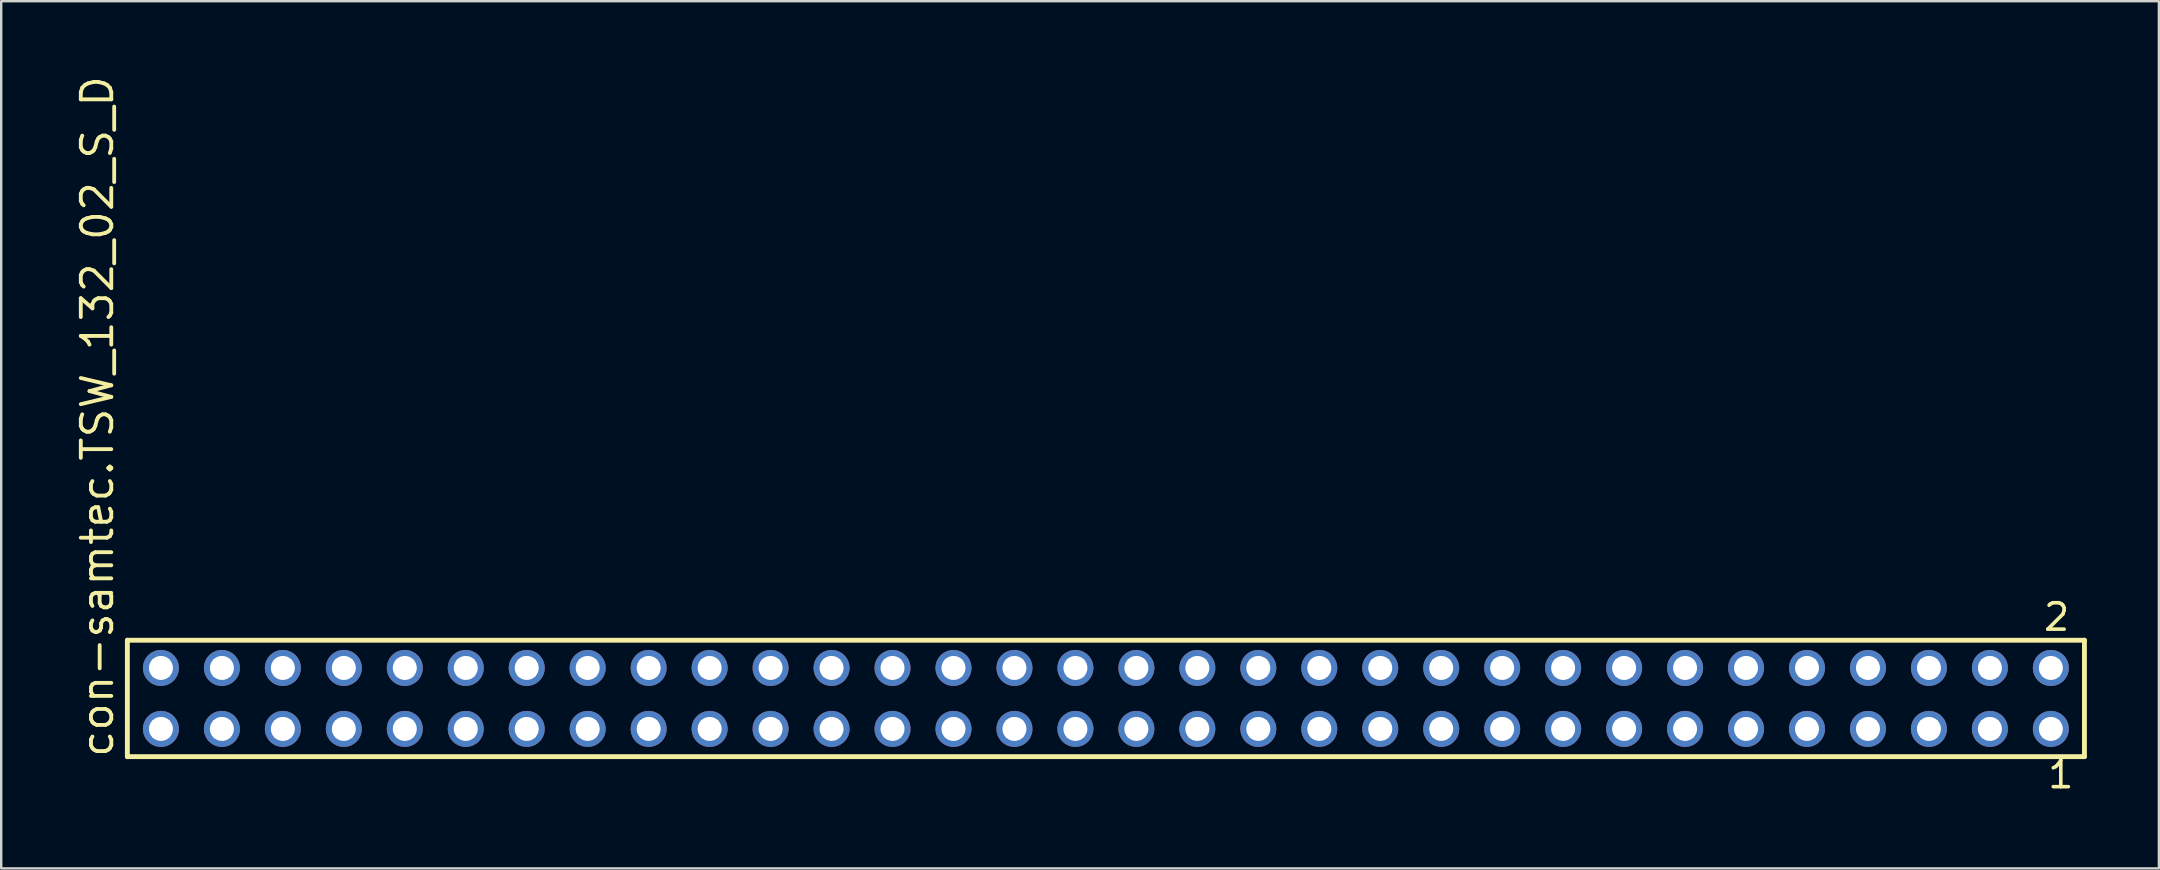
<source format=kicad_pcb>
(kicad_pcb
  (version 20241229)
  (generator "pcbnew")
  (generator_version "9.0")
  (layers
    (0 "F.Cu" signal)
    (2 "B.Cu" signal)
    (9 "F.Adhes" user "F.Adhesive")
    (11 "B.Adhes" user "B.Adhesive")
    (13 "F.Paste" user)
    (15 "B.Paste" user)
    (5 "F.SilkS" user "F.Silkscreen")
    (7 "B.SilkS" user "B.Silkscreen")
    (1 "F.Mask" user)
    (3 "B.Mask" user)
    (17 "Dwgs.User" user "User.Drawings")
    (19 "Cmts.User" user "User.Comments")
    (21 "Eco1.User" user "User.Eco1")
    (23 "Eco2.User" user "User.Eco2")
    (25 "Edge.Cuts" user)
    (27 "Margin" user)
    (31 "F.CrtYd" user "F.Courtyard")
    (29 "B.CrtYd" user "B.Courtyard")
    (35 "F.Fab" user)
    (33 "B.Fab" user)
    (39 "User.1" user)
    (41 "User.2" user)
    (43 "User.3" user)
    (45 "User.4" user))
  (footprint "con-samtec.TSW_132_02_S_D"
    (layer "F.Cu")
    (at 43.025 26.049)
    (property "Reference" "con-samtec.TSW_132_02_S_D" (at -41.275 2.54 90) (layer "F.SilkS") (effects (font (size 1.27 1.27) (thickness 0.16)) (justify left bottom)))
    (attr through_hole)
    (fp_line (start -40.769 -2.425) (end 40.769 -2.425) (stroke (width 0.203) (type default)) (layer "F.SilkS"))
    (fp_line (start -40.769 2.425) (end -40.769 -2.425) (stroke (width 0.203) (type default)) (layer "F.SilkS"))
    (fp_line (start 40.769 -2.425) (end 40.769 2.425) (stroke (width 0.203) (type default)) (layer "F.SilkS"))
    (fp_line (start 40.769 2.425) (end -40.769 2.425) (stroke (width 0.203) (type default)) (layer "F.SilkS"))
    (fp_rect (start -39.72 -0.92) (end -39.02 -1.62) (stroke (width 0.05) (type default)) (fill no) (layer "F.Fab"))
    (fp_rect (start -39.72 1.62) (end -39.02 0.92) (stroke (width 0.05) (type default)) (fill no) (layer "F.Fab"))
    (fp_rect (start -37.18 -0.92) (end -36.48 -1.62) (stroke (width 0.05) (type default)) (fill no) (layer "F.Fab"))
    (fp_rect (start -37.18 1.62) (end -36.48 0.92) (stroke (width 0.05) (type default)) (fill no) (layer "F.Fab"))
    (fp_rect (start -34.64 -0.92) (end -33.94 -1.62) (stroke (width 0.05) (type default)) (fill no) (layer "F.Fab"))
    (fp_rect (start -34.64 1.62) (end -33.94 0.92) (stroke (width 0.05) (type default)) (fill no) (layer "F.Fab"))
    (fp_rect (start -32.1 -0.92) (end -31.4 -1.62) (stroke (width 0.05) (type default)) (fill no) (layer "F.Fab"))
    (fp_rect (start -32.1 1.62) (end -31.4 0.92) (stroke (width 0.05) (type default)) (fill no) (layer "F.Fab"))
    (fp_rect (start -29.56 -0.92) (end -28.86 -1.62) (stroke (width 0.05) (type default)) (fill no) (layer "F.Fab"))
    (fp_rect (start -29.56 1.62) (end -28.86 0.92) (stroke (width 0.05) (type default)) (fill no) (layer "F.Fab"))
    (fp_rect (start -27.02 -0.92) (end -26.32 -1.62) (stroke (width 0.05) (type default)) (fill no) (layer "F.Fab"))
    (fp_rect (start -27.02 1.62) (end -26.32 0.92) (stroke (width 0.05) (type default)) (fill no) (layer "F.Fab"))
    (fp_rect (start -24.48 -0.92) (end -23.78 -1.62) (stroke (width 0.05) (type default)) (fill no) (layer "F.Fab"))
    (fp_rect (start -24.48 1.62) (end -23.78 0.92) (stroke (width 0.05) (type default)) (fill no) (layer "F.Fab"))
    (fp_rect (start -21.94 -0.92) (end -21.24 -1.62) (stroke (width 0.05) (type default)) (fill no) (layer "F.Fab"))
    (fp_rect (start -21.94 1.62) (end -21.24 0.92) (stroke (width 0.05) (type default)) (fill no) (layer "F.Fab"))
    (fp_rect (start -19.4 -0.92) (end -18.7 -1.62) (stroke (width 0.05) (type default)) (fill no) (layer "F.Fab"))
    (fp_rect (start -19.4 1.62) (end -18.7 0.92) (stroke (width 0.05) (type default)) (fill no) (layer "F.Fab"))
    (fp_rect (start -16.86 -0.92) (end -16.16 -1.62) (stroke (width 0.05) (type default)) (fill no) (layer "F.Fab"))
    (fp_rect (start -16.86 1.62) (end -16.16 0.92) (stroke (width 0.05) (type default)) (fill no) (layer "F.Fab"))
    (fp_rect (start -14.32 -0.92) (end -13.62 -1.62) (stroke (width 0.05) (type default)) (fill no) (layer "F.Fab"))
    (fp_rect (start -14.32 1.62) (end -13.62 0.92) (stroke (width 0.05) (type default)) (fill no) (layer "F.Fab"))
    (fp_rect (start -11.78 -0.92) (end -11.08 -1.62) (stroke (width 0.05) (type default)) (fill no) (layer "F.Fab"))
    (fp_rect (start -11.78 1.62) (end -11.08 0.92) (stroke (width 0.05) (type default)) (fill no) (layer "F.Fab"))
    (fp_rect (start -9.24 -0.92) (end -8.54 -1.62) (stroke (width 0.05) (type default)) (fill no) (layer "F.Fab"))
    (fp_rect (start -9.24 1.62) (end -8.54 0.92) (stroke (width 0.05) (type default)) (fill no) (layer "F.Fab"))
    (fp_rect (start -6.7 -0.92) (end -6 -1.62) (stroke (width 0.05) (type default)) (fill no) (layer "F.Fab"))
    (fp_rect (start -6.7 1.62) (end -6 0.92) (stroke (width 0.05) (type default)) (fill no) (layer "F.Fab"))
    (fp_rect (start -4.16 -0.92) (end -3.46 -1.62) (stroke (width 0.05) (type default)) (fill no) (layer "F.Fab"))
    (fp_rect (start -4.16 1.62) (end -3.46 0.92) (stroke (width 0.05) (type default)) (fill no) (layer "F.Fab"))
    (fp_rect (start -1.62 -0.92) (end -0.92 -1.62) (stroke (width 0.05) (type default)) (fill no) (layer "F.Fab"))
    (fp_rect (start -1.62 1.62) (end -0.92 0.92) (stroke (width 0.05) (type default)) (fill no) (layer "F.Fab"))
    (fp_rect (start 0.92 -0.92) (end 1.62 -1.62) (stroke (width 0.05) (type default)) (fill no) (layer "F.Fab"))
    (fp_rect (start 0.92 1.62) (end 1.62 0.92) (stroke (width 0.05) (type default)) (fill no) (layer "F.Fab"))
    (fp_rect (start 3.46 -0.92) (end 4.16 -1.62) (stroke (width 0.05) (type default)) (fill no) (layer "F.Fab"))
    (fp_rect (start 3.46 1.62) (end 4.16 0.92) (stroke (width 0.05) (type default)) (fill no) (layer "F.Fab"))
    (fp_rect (start 6 -0.92) (end 6.7 -1.62) (stroke (width 0.05) (type default)) (fill no) (layer "F.Fab"))
    (fp_rect (start 6 1.62) (end 6.7 0.92) (stroke (width 0.05) (type default)) (fill no) (layer "F.Fab"))
    (fp_rect (start 8.54 -0.92) (end 9.24 -1.62) (stroke (width 0.05) (type default)) (fill no) (layer "F.Fab"))
    (fp_rect (start 8.54 1.62) (end 9.24 0.92) (stroke (width 0.05) (type default)) (fill no) (layer "F.Fab"))
    (fp_rect (start 11.08 -0.92) (end 11.78 -1.62) (stroke (width 0.05) (type default)) (fill no) (layer "F.Fab"))
    (fp_rect (start 11.08 1.62) (end 11.78 0.92) (stroke (width 0.05) (type default)) (fill no) (layer "F.Fab"))
    (fp_rect (start 13.62 -0.92) (end 14.32 -1.62) (stroke (width 0.05) (type default)) (fill no) (layer "F.Fab"))
    (fp_rect (start 13.62 1.62) (end 14.32 0.92) (stroke (width 0.05) (type default)) (fill no) (layer "F.Fab"))
    (fp_rect (start 16.16 -0.92) (end 16.86 -1.62) (stroke (width 0.05) (type default)) (fill no) (layer "F.Fab"))
    (fp_rect (start 16.16 1.62) (end 16.86 0.92) (stroke (width 0.05) (type default)) (fill no) (layer "F.Fab"))
    (fp_rect (start 18.7 -0.92) (end 19.4 -1.62) (stroke (width 0.05) (type default)) (fill no) (layer "F.Fab"))
    (fp_rect (start 18.7 1.62) (end 19.4 0.92) (stroke (width 0.05) (type default)) (fill no) (layer "F.Fab"))
    (fp_rect (start 21.24 -0.92) (end 21.94 -1.62) (stroke (width 0.05) (type default)) (fill no) (layer "F.Fab"))
    (fp_rect (start 21.24 1.62) (end 21.94 0.92) (stroke (width 0.05) (type default)) (fill no) (layer "F.Fab"))
    (fp_rect (start 23.78 -0.92) (end 24.48 -1.62) (stroke (width 0.05) (type default)) (fill no) (layer "F.Fab"))
    (fp_rect (start 23.78 1.62) (end 24.48 0.92) (stroke (width 0.05) (type default)) (fill no) (layer "F.Fab"))
    (fp_rect (start 26.32 -0.92) (end 27.02 -1.62) (stroke (width 0.05) (type default)) (fill no) (layer "F.Fab"))
    (fp_rect (start 26.32 1.62) (end 27.02 0.92) (stroke (width 0.05) (type default)) (fill no) (layer "F.Fab"))
    (fp_rect (start 28.86 -0.92) (end 29.56 -1.62) (stroke (width 0.05) (type default)) (fill no) (layer "F.Fab"))
    (fp_rect (start 28.86 1.62) (end 29.56 0.92) (stroke (width 0.05) (type default)) (fill no) (layer "F.Fab"))
    (fp_rect (start 31.4 -0.92) (end 32.1 -1.62) (stroke (width 0.05) (type default)) (fill no) (layer "F.Fab"))
    (fp_rect (start 31.4 1.62) (end 32.1 0.92) (stroke (width 0.05) (type default)) (fill no) (layer "F.Fab"))
    (fp_rect (start 33.94 -0.92) (end 34.64 -1.62) (stroke (width 0.05) (type default)) (fill no) (layer "F.Fab"))
    (fp_rect (start 33.94 1.62) (end 34.64 0.92) (stroke (width 0.05) (type default)) (fill no) (layer "F.Fab"))
    (fp_rect (start 36.48 -0.92) (end 37.18 -1.62) (stroke (width 0.05) (type default)) (fill no) (layer "F.Fab"))
    (fp_rect (start 36.48 1.62) (end 37.18 0.92) (stroke (width 0.05) (type default)) (fill no) (layer "F.Fab"))
    (fp_rect (start 39.02 -0.92) (end 39.72 -1.62) (stroke (width 0.05) (type default)) (fill no) (layer "F.Fab"))
    (fp_rect (start 39.02 1.62) (end 39.72 0.92) (stroke (width 0.05) (type default)) (fill no) (layer "F.Fab"))
    (fp_text user "2" (at 38.987 -2.744 0) (layer "F.SilkS") (effects (font (size 1.1 1.1) (thickness 0.15)) (justify left bottom)))
    (fp_text user "1" (at 39.162 3.818 0) (layer "F.SilkS") (effects (font (size 1.1 1.1) (thickness 0.15)) (justify left bottom)))
    (pad "1" thru_hole circle (at 39.37 1.27 180) (size 1.5 1.5) (drill 1) (layers "*.Cu" "*.Mask"))
    (pad "2" thru_hole circle (at 39.37 -1.27 180) (size 1.5 1.5) (drill 1) (layers "*.Cu" "*.Mask"))
    (pad "3" thru_hole circle (at 36.83 1.27 180) (size 1.5 1.5) (drill 1) (layers "*.Cu" "*.Mask"))
    (pad "4" thru_hole circle (at 36.83 -1.27 180) (size 1.5 1.5) (drill 1) (layers "*.Cu" "*.Mask"))
    (pad "5" thru_hole circle (at 34.29 1.27 180) (size 1.5 1.5) (drill 1) (layers "*.Cu" "*.Mask"))
    (pad "6" thru_hole circle (at 34.29 -1.27 180) (size 1.5 1.5) (drill 1) (layers "*.Cu" "*.Mask"))
    (pad "7" thru_hole circle (at 31.75 1.27 180) (size 1.5 1.5) (drill 1) (layers "*.Cu" "*.Mask"))
    (pad "8" thru_hole circle (at 31.75 -1.27 180) (size 1.5 1.5) (drill 1) (layers "*.Cu" "*.Mask"))
    (pad "9" thru_hole circle (at 29.21 1.27 180) (size 1.5 1.5) (drill 1) (layers "*.Cu" "*.Mask"))
    (pad "10" thru_hole circle (at 29.21 -1.27 180) (size 1.5 1.5) (drill 1) (layers "*.Cu" "*.Mask"))
    (pad "11" thru_hole circle (at 26.67 1.27 180) (size 1.5 1.5) (drill 1) (layers "*.Cu" "*.Mask"))
    (pad "12" thru_hole circle (at 26.67 -1.27 180) (size 1.5 1.5) (drill 1) (layers "*.Cu" "*.Mask"))
    (pad "13" thru_hole circle (at 24.13 1.27 180) (size 1.5 1.5) (drill 1) (layers "*.Cu" "*.Mask"))
    (pad "14" thru_hole circle (at 24.13 -1.27 180) (size 1.5 1.5) (drill 1) (layers "*.Cu" "*.Mask"))
    (pad "15" thru_hole circle (at 21.59 1.27 180) (size 1.5 1.5) (drill 1) (layers "*.Cu" "*.Mask"))
    (pad "16" thru_hole circle (at 21.59 -1.27 180) (size 1.5 1.5) (drill 1) (layers "*.Cu" "*.Mask"))
    (pad "17" thru_hole circle (at 19.05 1.27 180) (size 1.5 1.5) (drill 1) (layers "*.Cu" "*.Mask"))
    (pad "18" thru_hole circle (at 19.05 -1.27 180) (size 1.5 1.5) (drill 1) (layers "*.Cu" "*.Mask"))
    (pad "19" thru_hole circle (at 16.51 1.27 180) (size 1.5 1.5) (drill 1) (layers "*.Cu" "*.Mask"))
    (pad "20" thru_hole circle (at 16.51 -1.27 180) (size 1.5 1.5) (drill 1) (layers "*.Cu" "*.Mask"))
    (pad "21" thru_hole circle (at 13.97 1.27 180) (size 1.5 1.5) (drill 1) (layers "*.Cu" "*.Mask"))
    (pad "22" thru_hole circle (at 13.97 -1.27 180) (size 1.5 1.5) (drill 1) (layers "*.Cu" "*.Mask"))
    (pad "23" thru_hole circle (at 11.43 1.27 180) (size 1.5 1.5) (drill 1) (layers "*.Cu" "*.Mask"))
    (pad "24" thru_hole circle (at 11.43 -1.27 180) (size 1.5 1.5) (drill 1) (layers "*.Cu" "*.Mask"))
    (pad "25" thru_hole circle (at 8.89 1.27 180) (size 1.5 1.5) (drill 1) (layers "*.Cu" "*.Mask"))
    (pad "26" thru_hole circle (at 8.89 -1.27 180) (size 1.5 1.5) (drill 1) (layers "*.Cu" "*.Mask"))
    (pad "27" thru_hole circle (at 6.35 1.27 180) (size 1.5 1.5) (drill 1) (layers "*.Cu" "*.Mask"))
    (pad "28" thru_hole circle (at 6.35 -1.27 180) (size 1.5 1.5) (drill 1) (layers "*.Cu" "*.Mask"))
    (pad "29" thru_hole circle (at 3.81 1.27 180) (size 1.5 1.5) (drill 1) (layers "*.Cu" "*.Mask"))
    (pad "30" thru_hole circle (at 3.81 -1.27 180) (size 1.5 1.5) (drill 1) (layers "*.Cu" "*.Mask"))
    (pad "31" thru_hole circle (at 1.27 1.27 180) (size 1.5 1.5) (drill 1) (layers "*.Cu" "*.Mask"))
    (pad "32" thru_hole circle (at 1.27 -1.27 180) (size 1.5 1.5) (drill 1) (layers "*.Cu" "*.Mask"))
    (pad "33" thru_hole circle (at -1.27 1.27 180) (size 1.5 1.5) (drill 1) (layers "*.Cu" "*.Mask"))
    (pad "34" thru_hole circle (at -1.27 -1.27 180) (size 1.5 1.5) (drill 1) (layers "*.Cu" "*.Mask"))
    (pad "35" thru_hole circle (at -3.81 1.27 180) (size 1.5 1.5) (drill 1) (layers "*.Cu" "*.Mask"))
    (pad "36" thru_hole circle (at -3.81 -1.27 180) (size 1.5 1.5) (drill 1) (layers "*.Cu" "*.Mask"))
    (pad "37" thru_hole circle (at -6.35 1.27 180) (size 1.5 1.5) (drill 1) (layers "*.Cu" "*.Mask"))
    (pad "38" thru_hole circle (at -6.35 -1.27 180) (size 1.5 1.5) (drill 1) (layers "*.Cu" "*.Mask"))
    (pad "39" thru_hole circle (at -8.89 1.27 180) (size 1.5 1.5) (drill 1) (layers "*.Cu" "*.Mask"))
    (pad "40" thru_hole circle (at -8.89 -1.27 180) (size 1.5 1.5) (drill 1) (layers "*.Cu" "*.Mask"))
    (pad "41" thru_hole circle (at -11.43 1.27 180) (size 1.5 1.5) (drill 1) (layers "*.Cu" "*.Mask"))
    (pad "42" thru_hole circle (at -11.43 -1.27 180) (size 1.5 1.5) (drill 1) (layers "*.Cu" "*.Mask"))
    (pad "43" thru_hole circle (at -13.97 1.27 180) (size 1.5 1.5) (drill 1) (layers "*.Cu" "*.Mask"))
    (pad "44" thru_hole circle (at -13.97 -1.27 180) (size 1.5 1.5) (drill 1) (layers "*.Cu" "*.Mask"))
    (pad "45" thru_hole circle (at -16.51 1.27 180) (size 1.5 1.5) (drill 1) (layers "*.Cu" "*.Mask"))
    (pad "46" thru_hole circle (at -16.51 -1.27 180) (size 1.5 1.5) (drill 1) (layers "*.Cu" "*.Mask"))
    (pad "47" thru_hole circle (at -19.05 1.27 180) (size 1.5 1.5) (drill 1) (layers "*.Cu" "*.Mask"))
    (pad "48" thru_hole circle (at -19.05 -1.27 180) (size 1.5 1.5) (drill 1) (layers "*.Cu" "*.Mask"))
    (pad "49" thru_hole circle (at -21.59 1.27 180) (size 1.5 1.5) (drill 1) (layers "*.Cu" "*.Mask"))
    (pad "50" thru_hole circle (at -21.59 -1.27 180) (size 1.5 1.5) (drill 1) (layers "*.Cu" "*.Mask"))
    (pad "51" thru_hole circle (at -24.13 1.27 180) (size 1.5 1.5) (drill 1) (layers "*.Cu" "*.Mask"))
    (pad "52" thru_hole circle (at -24.13 -1.27 180) (size 1.5 1.5) (drill 1) (layers "*.Cu" "*.Mask"))
    (pad "53" thru_hole circle (at -26.67 1.27 180) (size 1.5 1.5) (drill 1) (layers "*.Cu" "*.Mask"))
    (pad "54" thru_hole circle (at -26.67 -1.27 180) (size 1.5 1.5) (drill 1) (layers "*.Cu" "*.Mask"))
    (pad "55" thru_hole circle (at -29.21 1.27 180) (size 1.5 1.5) (drill 1) (layers "*.Cu" "*.Mask"))
    (pad "56" thru_hole circle (at -29.21 -1.27 180) (size 1.5 1.5) (drill 1) (layers "*.Cu" "*.Mask"))
    (pad "57" thru_hole circle (at -31.75 1.27 180) (size 1.5 1.5) (drill 1) (layers "*.Cu" "*.Mask"))
    (pad "58" thru_hole circle (at -31.75 -1.27 180) (size 1.5 1.5) (drill 1) (layers "*.Cu" "*.Mask"))
    (pad "59" thru_hole circle (at -34.29 1.27 180) (size 1.5 1.5) (drill 1) (layers "*.Cu" "*.Mask"))
    (pad "60" thru_hole circle (at -34.29 -1.27 180) (size 1.5 1.5) (drill 1) (layers "*.Cu" "*.Mask"))
    (pad "61" thru_hole circle (at -36.83 1.27 180) (size 1.5 1.5) (drill 1) (layers "*.Cu" "*.Mask"))
    (pad "62" thru_hole circle (at -36.83 -1.27 180) (size 1.5 1.5) (drill 1) (layers "*.Cu" "*.Mask"))
    (pad "63" thru_hole circle (at -39.37 1.27 180) (size 1.5 1.5) (drill 1) (layers "*.Cu" "*.Mask"))
    (pad "64" thru_hole circle (at -39.37 -1.27 180) (size 1.5 1.5) (drill 1) (layers "*.Cu" "*.Mask")))
  (gr_rect
    (start -3 -3)
    (end 86.896 33.131)
    (stroke (width 0.1) (type default))
    (fill no)
    (layer "Edge.Cuts")))
</source>
